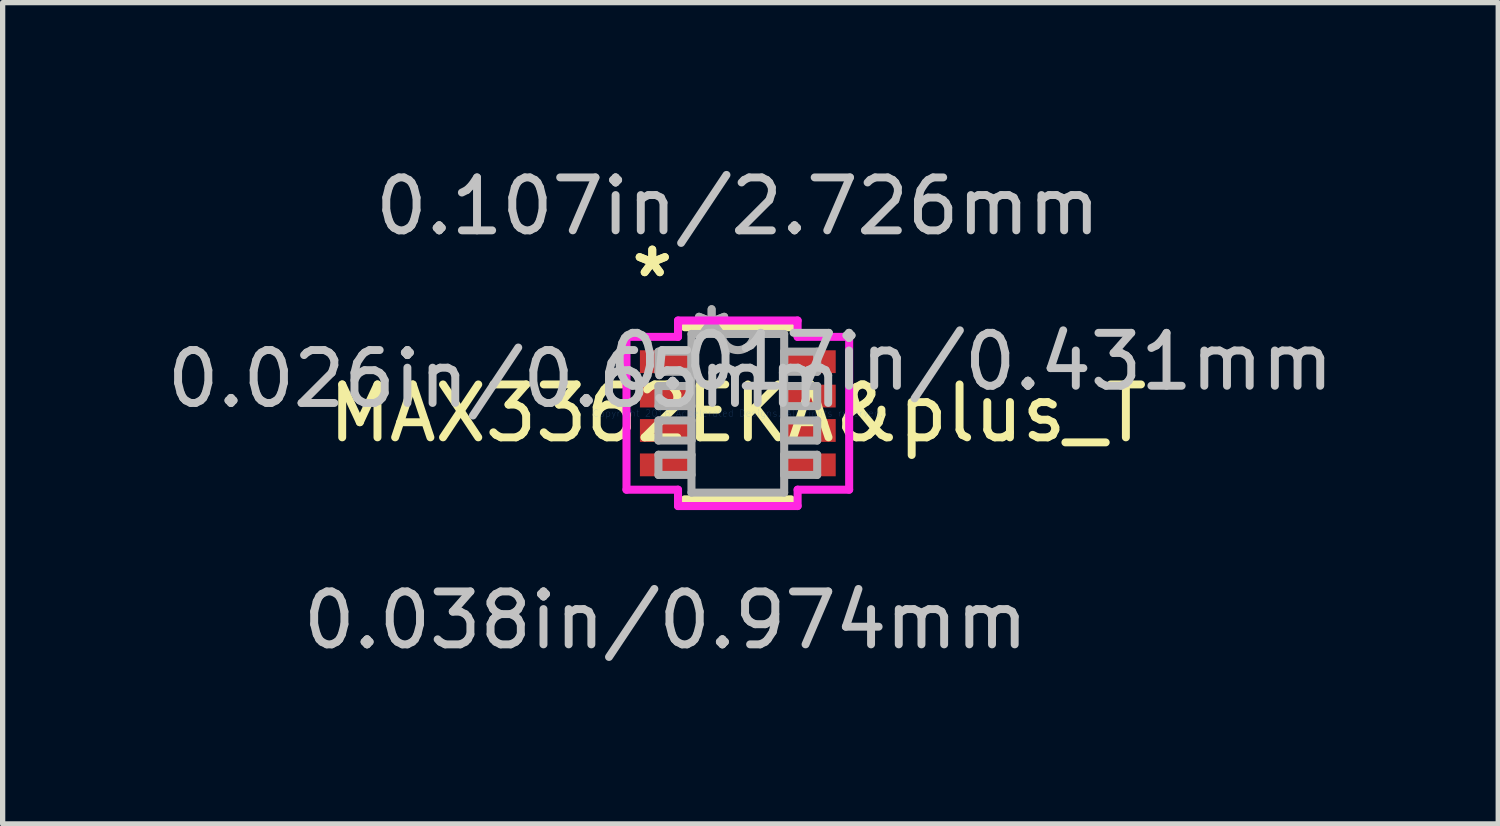
<source format=kicad_pcb>
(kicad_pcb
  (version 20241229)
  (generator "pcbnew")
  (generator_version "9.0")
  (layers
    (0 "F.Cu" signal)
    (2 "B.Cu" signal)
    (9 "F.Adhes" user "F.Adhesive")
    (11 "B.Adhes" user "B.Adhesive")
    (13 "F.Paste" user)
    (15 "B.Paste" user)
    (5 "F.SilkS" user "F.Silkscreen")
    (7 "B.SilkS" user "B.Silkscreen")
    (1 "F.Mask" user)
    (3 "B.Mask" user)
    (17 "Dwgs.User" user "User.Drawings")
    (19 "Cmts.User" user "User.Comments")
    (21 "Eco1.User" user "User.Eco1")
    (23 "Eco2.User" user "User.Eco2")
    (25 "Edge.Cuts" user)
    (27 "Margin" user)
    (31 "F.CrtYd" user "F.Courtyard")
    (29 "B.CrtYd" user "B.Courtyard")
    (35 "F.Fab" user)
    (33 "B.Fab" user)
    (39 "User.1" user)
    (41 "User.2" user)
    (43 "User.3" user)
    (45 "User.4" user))
  (footprint "MAX3362EKA&plus_T"
    (layer "F.Cu")
    (at 10.893 4.76)
    (property "Reference" "MAX3362EKA&plus_T" (at 0 0 0) (layer "F.SilkS") (effects (font (size 1 1) (thickness 0.15))))
    (attr through_hole)
    (fp_line (start -1.003 1.626) (end 1.003 1.626) (stroke (width 0.152) (type solid)) (layer "F.SilkS"))
    (fp_line (start 1.003 -1.626) (end -1.003 -1.626) (stroke (width 0.152) (type solid)) (layer "F.SilkS"))
    (fp_line (start -2.104 -1.444) (end -1.13 -1.444) (stroke (width 0.152) (type solid)) (layer "F.CrtYd"))
    (fp_line (start -2.104 1.444) (end -2.104 -1.444) (stroke (width 0.152) (type solid)) (layer "F.CrtYd"))
    (fp_line (start -1.13 -1.753) (end 1.13 -1.753) (stroke (width 0.152) (type solid)) (layer "F.CrtYd"))
    (fp_line (start -1.13 -1.444) (end -1.13 -1.753) (stroke (width 0.152) (type solid)) (layer "F.CrtYd"))
    (fp_line (start -1.13 1.444) (end -2.104 1.444) (stroke (width 0.152) (type solid)) (layer "F.CrtYd"))
    (fp_line (start -1.13 1.753) (end -1.13 1.444) (stroke (width 0.152) (type solid)) (layer "F.CrtYd"))
    (fp_line (start 1.13 -1.753) (end 1.13 -1.444) (stroke (width 0.152) (type solid)) (layer "F.CrtYd"))
    (fp_line (start 1.13 -1.444) (end 2.104 -1.444) (stroke (width 0.152) (type solid)) (layer "F.CrtYd"))
    (fp_line (start 1.13 1.444) (end 1.13 1.753) (stroke (width 0.152) (type solid)) (layer "F.CrtYd"))
    (fp_line (start 1.13 1.753) (end -1.13 1.753) (stroke (width 0.152) (type solid)) (layer "F.CrtYd"))
    (fp_line (start 2.104 -1.444) (end 2.104 1.444) (stroke (width 0.152) (type solid)) (layer "F.CrtYd"))
    (fp_line (start 2.104 1.444) (end 1.13 1.444) (stroke (width 0.152) (type solid)) (layer "F.CrtYd"))
    (fp_line (start -1.5 -1.165) (end -1.5 -0.784) (stroke (width 0.152) (type solid)) (layer "F.Fab"))
    (fp_line (start -1.5 -0.784) (end -0.876 -0.784) (stroke (width 0.152) (type solid)) (layer "F.Fab"))
    (fp_line (start -1.5 -0.515) (end -1.5 -0.135) (stroke (width 0.152) (type solid)) (layer "F.Fab"))
    (fp_line (start -1.5 -0.135) (end -0.876 -0.135) (stroke (width 0.152) (type solid)) (layer "F.Fab"))
    (fp_line (start -1.5 0.135) (end -1.5 0.515) (stroke (width 0.152) (type solid)) (layer "F.Fab"))
    (fp_line (start -1.5 0.515) (end -0.876 0.515) (stroke (width 0.152) (type solid)) (layer "F.Fab"))
    (fp_line (start -1.5 0.784) (end -1.5 1.165) (stroke (width 0.152) (type solid)) (layer "F.Fab"))
    (fp_line (start -1.5 1.165) (end -0.876 1.165) (stroke (width 0.152) (type solid)) (layer "F.Fab"))
    (fp_line (start -0.876 -1.499) (end -0.876 1.499) (stroke (width 0.152) (type solid)) (layer "F.Fab"))
    (fp_line (start -0.876 -1.165) (end -1.5 -1.165) (stroke (width 0.152) (type solid)) (layer "F.Fab"))
    (fp_line (start -0.876 -0.784) (end -0.876 -1.165) (stroke (width 0.152) (type solid)) (layer "F.Fab"))
    (fp_line (start -0.876 -0.515) (end -1.5 -0.515) (stroke (width 0.152) (type solid)) (layer "F.Fab"))
    (fp_line (start -0.876 -0.135) (end -0.876 -0.515) (stroke (width 0.152) (type solid)) (layer "F.Fab"))
    (fp_line (start -0.876 0.135) (end -1.5 0.135) (stroke (width 0.152) (type solid)) (layer "F.Fab"))
    (fp_line (start -0.876 0.515) (end -0.876 0.135) (stroke (width 0.152) (type solid)) (layer "F.Fab"))
    (fp_line (start -0.876 0.784) (end -1.5 0.784) (stroke (width 0.152) (type solid)) (layer "F.Fab"))
    (fp_line (start -0.876 1.165) (end -0.876 0.784) (stroke (width 0.152) (type solid)) (layer "F.Fab"))
    (fp_line (start -0.876 1.499) (end 0.876 1.499) (stroke (width 0.152) (type solid)) (layer "F.Fab"))
    (fp_line (start 0.876 -1.499) (end -0.876 -1.499) (stroke (width 0.152) (type solid)) (layer "F.Fab"))
    (fp_line (start 0.876 -1.165) (end 0.876 -0.784) (stroke (width 0.152) (type solid)) (layer "F.Fab"))
    (fp_line (start 0.876 -0.784) (end 1.5 -0.784) (stroke (width 0.152) (type solid)) (layer "F.Fab"))
    (fp_line (start 0.876 -0.515) (end 0.876 -0.135) (stroke (width 0.152) (type solid)) (layer "F.Fab"))
    (fp_line (start 0.876 -0.135) (end 1.5 -0.135) (stroke (width 0.152) (type solid)) (layer "F.Fab"))
    (fp_line (start 0.876 0.135) (end 0.876 0.515) (stroke (width 0.152) (type solid)) (layer "F.Fab"))
    (fp_line (start 0.876 0.515) (end 1.5 0.515) (stroke (width 0.152) (type solid)) (layer "F.Fab"))
    (fp_line (start 0.876 0.784) (end 0.876 1.165) (stroke (width 0.152) (type solid)) (layer "F.Fab"))
    (fp_line (start 0.876 1.165) (end 1.5 1.165) (stroke (width 0.152) (type solid)) (layer "F.Fab"))
    (fp_line (start 0.876 1.499) (end 0.876 -1.499) (stroke (width 0.152) (type solid)) (layer "F.Fab"))
    (fp_line (start 1.5 -1.165) (end 0.876 -1.165) (stroke (width 0.152) (type solid)) (layer "F.Fab"))
    (fp_line (start 1.5 -0.784) (end 1.5 -1.165) (stroke (width 0.152) (type solid)) (layer "F.Fab"))
    (fp_line (start 1.5 -0.515) (end 0.876 -0.515) (stroke (width 0.152) (type solid)) (layer "F.Fab"))
    (fp_line (start 1.5 -0.135) (end 1.5 -0.515) (stroke (width 0.152) (type solid)) (layer "F.Fab"))
    (fp_line (start 1.5 0.135) (end 0.876 0.135) (stroke (width 0.152) (type solid)) (layer "F.Fab"))
    (fp_line (start 1.5 0.515) (end 1.5 0.135) (stroke (width 0.152) (type solid)) (layer "F.Fab"))
    (fp_line (start 1.5 0.784) (end 0.876 0.784) (stroke (width 0.152) (type solid)) (layer "F.Fab"))
    (fp_line (start 1.5 1.165) (end 1.5 0.784) (stroke (width 0.152) (type solid)) (layer "F.Fab"))
    (fp_arc (start 0.3048 -1.4986) (mid 0 -1.1938) (end -0.3048 -1.4986) (stroke (width 0.1524) (type solid)) (layer "F.Fab"))
    (fp_text user "*" (at -1.617 -2.549 0) (layer "F.SilkS") (effects (font (size 1 1) (thickness 0.15))))
    (fp_text user "*" (at -1.617 -2.549 0) (layer "F.SilkS") (effects (font (size 1 1) (thickness 0.15))))
    (fp_text user "0.107in/2.726mm" (at 0 -3.912 0) (layer "Dwgs.User") (effects (font (size 1 1) (thickness 0.15))))
    (fp_text user "0.017in/0.431mm" (at 4.411 -0.975 0) (layer "Dwgs.User") (effects (font (size 1 1) (thickness 0.15))))
    (fp_text user "0.026in/0.65mm" (at -4.411 -0.65 0) (layer "Dwgs.User") (effects (font (size 1 1) (thickness 0.15))))
    (fp_text user "0.038in/0.974mm" (at -1.363 3.912 0) (layer "Dwgs.User") (effects (font (size 1 1) (thickness 0.15))))
    (fp_text user "Copyright 2016 Accelerated Designs. All rights reserved." (at 0 0 0) (layer "Cmts.User") (effects (font (size 0.127 0.127) (thickness 0.002))))
    (fp_text user "*" (at -0.495 -1.422 0) (layer "F.Fab") (effects (font (size 1 1) (thickness 0.15))))
    (fp_text user "*" (at -0.495 -1.422 0) (layer "F.Fab") (effects (font (size 1 1) (thickness 0.15))))
    (pad "1" smd rect (at -1.363 -0.975) (size 0.974 0.431) (layers "F.Cu" "F.Mask" "F.Paste"))
    (pad "2" smd rect (at -1.363 -0.325) (size 0.974 0.431) (layers "F.Cu" "F.Mask" "F.Paste"))
    (pad "3" smd rect (at -1.363 0.325) (size 0.974 0.431) (layers "F.Cu" "F.Mask" "F.Paste"))
    (pad "4" smd rect (at -1.363 0.975) (size 0.974 0.431) (layers "F.Cu" "F.Mask" "F.Paste"))
    (pad "5" smd rect (at 1.363 0.975) (size 0.974 0.431) (layers "F.Cu" "F.Mask" "F.Paste"))
    (pad "6" smd rect (at 1.363 0.325) (size 0.974 0.431) (layers "F.Cu" "F.Mask" "F.Paste"))
    (pad "7" smd rect (at 1.363 -0.325) (size 0.974 0.431) (layers "F.Cu" "F.Mask" "F.Paste"))
    (pad "8" smd rect (at 1.363 -0.975) (size 0.974 0.431) (layers "F.Cu" "F.Mask" "F.Paste")))
  (gr_rect
    (start -3 -3)
    (end 25.263 12.52)
    (stroke (width 0.1) (type default))
    (fill no)
    (layer "Edge.Cuts")))
</source>
